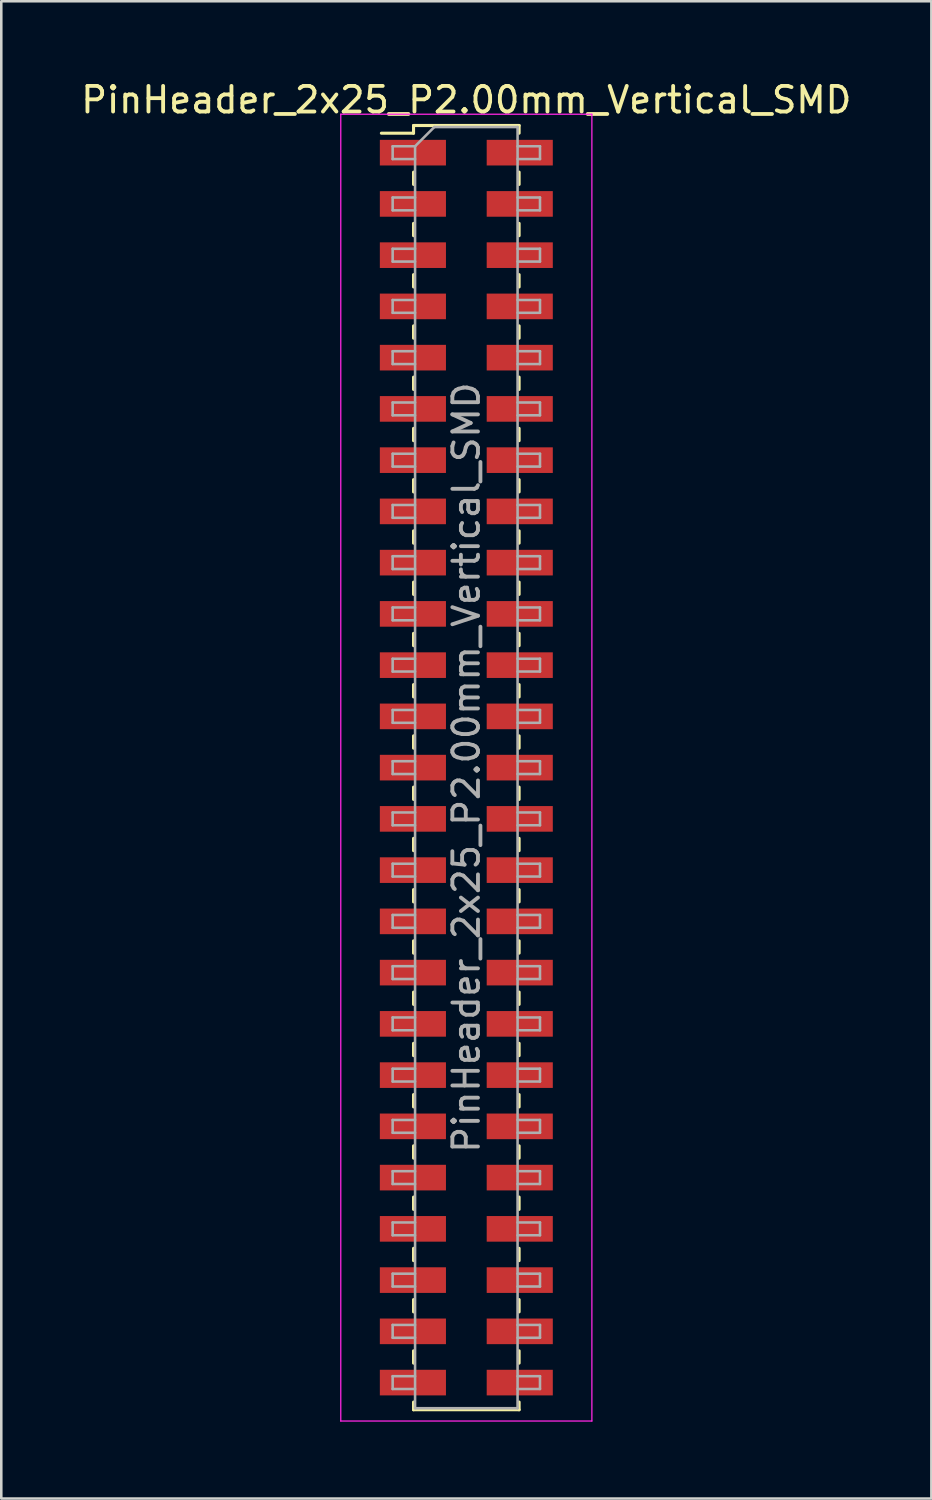
<source format=kicad_pcb>
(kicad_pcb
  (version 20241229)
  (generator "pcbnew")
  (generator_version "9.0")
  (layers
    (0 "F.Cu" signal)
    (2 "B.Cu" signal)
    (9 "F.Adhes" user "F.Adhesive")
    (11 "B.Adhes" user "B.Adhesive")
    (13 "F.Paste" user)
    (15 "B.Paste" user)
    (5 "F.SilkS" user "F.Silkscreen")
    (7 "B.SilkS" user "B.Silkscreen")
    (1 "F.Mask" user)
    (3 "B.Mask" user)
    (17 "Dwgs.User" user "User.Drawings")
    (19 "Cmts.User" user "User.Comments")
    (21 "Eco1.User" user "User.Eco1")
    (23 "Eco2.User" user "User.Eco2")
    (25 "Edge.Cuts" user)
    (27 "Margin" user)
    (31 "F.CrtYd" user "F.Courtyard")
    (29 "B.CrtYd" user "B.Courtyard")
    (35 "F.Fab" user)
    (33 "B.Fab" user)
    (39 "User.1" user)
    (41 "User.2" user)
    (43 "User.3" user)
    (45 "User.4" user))
  (footprint "PinHeader_2x25_P2.00mm_Vertical_SMD"
    (layer "F.Cu")
    (at 15.149 26.908)
    (property "Reference" "PinHeader_2x25_P2.00mm_Vertical_SMD" (at 0 -26.06 0) (layer "F.SilkS") (effects (font (size 1 1) (thickness 0.15))))
    (attr smd)
    (fp_line (start -3.315 -24.76) (end -2.06 -24.76) (stroke (width 0.12) (type solid)) (layer "F.SilkS"))
    (fp_line (start -2.06 -25.06) (end -2.06 -24.76) (stroke (width 0.12) (type solid)) (layer "F.SilkS"))
    (fp_line (start -2.06 -25.06) (end 2.06 -25.06) (stroke (width 0.12) (type solid)) (layer "F.SilkS"))
    (fp_line (start -2.06 -23.24) (end -2.06 -22.76) (stroke (width 0.12) (type solid)) (layer "F.SilkS"))
    (fp_line (start -2.06 -21.24) (end -2.06 -20.76) (stroke (width 0.12) (type solid)) (layer "F.SilkS"))
    (fp_line (start -2.06 -19.24) (end -2.06 -18.76) (stroke (width 0.12) (type solid)) (layer "F.SilkS"))
    (fp_line (start -2.06 -17.24) (end -2.06 -16.76) (stroke (width 0.12) (type solid)) (layer "F.SilkS"))
    (fp_line (start -2.06 -15.24) (end -2.06 -14.76) (stroke (width 0.12) (type solid)) (layer "F.SilkS"))
    (fp_line (start -2.06 -13.24) (end -2.06 -12.76) (stroke (width 0.12) (type solid)) (layer "F.SilkS"))
    (fp_line (start -2.06 -11.24) (end -2.06 -10.76) (stroke (width 0.12) (type solid)) (layer "F.SilkS"))
    (fp_line (start -2.06 -9.24) (end -2.06 -8.76) (stroke (width 0.12) (type solid)) (layer "F.SilkS"))
    (fp_line (start -2.06 -7.24) (end -2.06 -6.76) (stroke (width 0.12) (type solid)) (layer "F.SilkS"))
    (fp_line (start -2.06 -5.24) (end -2.06 -4.76) (stroke (width 0.12) (type solid)) (layer "F.SilkS"))
    (fp_line (start -2.06 -3.24) (end -2.06 -2.76) (stroke (width 0.12) (type solid)) (layer "F.SilkS"))
    (fp_line (start -2.06 -1.24) (end -2.06 -0.76) (stroke (width 0.12) (type solid)) (layer "F.SilkS"))
    (fp_line (start -2.06 0.76) (end -2.06 1.24) (stroke (width 0.12) (type solid)) (layer "F.SilkS"))
    (fp_line (start -2.06 2.76) (end -2.06 3.24) (stroke (width 0.12) (type solid)) (layer "F.SilkS"))
    (fp_line (start -2.06 4.76) (end -2.06 5.24) (stroke (width 0.12) (type solid)) (layer "F.SilkS"))
    (fp_line (start -2.06 6.76) (end -2.06 7.24) (stroke (width 0.12) (type solid)) (layer "F.SilkS"))
    (fp_line (start -2.06 8.76) (end -2.06 9.24) (stroke (width 0.12) (type solid)) (layer "F.SilkS"))
    (fp_line (start -2.06 10.76) (end -2.06 11.24) (stroke (width 0.12) (type solid)) (layer "F.SilkS"))
    (fp_line (start -2.06 12.76) (end -2.06 13.24) (stroke (width 0.12) (type solid)) (layer "F.SilkS"))
    (fp_line (start -2.06 14.76) (end -2.06 15.24) (stroke (width 0.12) (type solid)) (layer "F.SilkS"))
    (fp_line (start -2.06 16.76) (end -2.06 17.24) (stroke (width 0.12) (type solid)) (layer "F.SilkS"))
    (fp_line (start -2.06 18.76) (end -2.06 19.24) (stroke (width 0.12) (type solid)) (layer "F.SilkS"))
    (fp_line (start -2.06 20.76) (end -2.06 21.24) (stroke (width 0.12) (type solid)) (layer "F.SilkS"))
    (fp_line (start -2.06 22.76) (end -2.06 23.24) (stroke (width 0.12) (type solid)) (layer "F.SilkS"))
    (fp_line (start -2.06 24.76) (end -2.06 25.06) (stroke (width 0.12) (type solid)) (layer "F.SilkS"))
    (fp_line (start -2.06 25.06) (end 2.06 25.06) (stroke (width 0.12) (type solid)) (layer "F.SilkS"))
    (fp_line (start 2.06 -25.06) (end 2.06 -24.76) (stroke (width 0.12) (type solid)) (layer "F.SilkS"))
    (fp_line (start 2.06 -23.24) (end 2.06 -22.76) (stroke (width 0.12) (type solid)) (layer "F.SilkS"))
    (fp_line (start 2.06 -21.24) (end 2.06 -20.76) (stroke (width 0.12) (type solid)) (layer "F.SilkS"))
    (fp_line (start 2.06 -19.24) (end 2.06 -18.76) (stroke (width 0.12) (type solid)) (layer "F.SilkS"))
    (fp_line (start 2.06 -17.24) (end 2.06 -16.76) (stroke (width 0.12) (type solid)) (layer "F.SilkS"))
    (fp_line (start 2.06 -15.24) (end 2.06 -14.76) (stroke (width 0.12) (type solid)) (layer "F.SilkS"))
    (fp_line (start 2.06 -13.24) (end 2.06 -12.76) (stroke (width 0.12) (type solid)) (layer "F.SilkS"))
    (fp_line (start 2.06 -11.24) (end 2.06 -10.76) (stroke (width 0.12) (type solid)) (layer "F.SilkS"))
    (fp_line (start 2.06 -9.24) (end 2.06 -8.76) (stroke (width 0.12) (type solid)) (layer "F.SilkS"))
    (fp_line (start 2.06 -7.24) (end 2.06 -6.76) (stroke (width 0.12) (type solid)) (layer "F.SilkS"))
    (fp_line (start 2.06 -5.24) (end 2.06 -4.76) (stroke (width 0.12) (type solid)) (layer "F.SilkS"))
    (fp_line (start 2.06 -3.24) (end 2.06 -2.76) (stroke (width 0.12) (type solid)) (layer "F.SilkS"))
    (fp_line (start 2.06 -1.24) (end 2.06 -0.76) (stroke (width 0.12) (type solid)) (layer "F.SilkS"))
    (fp_line (start 2.06 0.76) (end 2.06 1.24) (stroke (width 0.12) (type solid)) (layer "F.SilkS"))
    (fp_line (start 2.06 2.76) (end 2.06 3.24) (stroke (width 0.12) (type solid)) (layer "F.SilkS"))
    (fp_line (start 2.06 4.76) (end 2.06 5.24) (stroke (width 0.12) (type solid)) (layer "F.SilkS"))
    (fp_line (start 2.06 6.76) (end 2.06 7.24) (stroke (width 0.12) (type solid)) (layer "F.SilkS"))
    (fp_line (start 2.06 8.76) (end 2.06 9.24) (stroke (width 0.12) (type solid)) (layer "F.SilkS"))
    (fp_line (start 2.06 10.76) (end 2.06 11.24) (stroke (width 0.12) (type solid)) (layer "F.SilkS"))
    (fp_line (start 2.06 12.76) (end 2.06 13.24) (stroke (width 0.12) (type solid)) (layer "F.SilkS"))
    (fp_line (start 2.06 14.76) (end 2.06 15.24) (stroke (width 0.12) (type solid)) (layer "F.SilkS"))
    (fp_line (start 2.06 16.76) (end 2.06 17.24) (stroke (width 0.12) (type solid)) (layer "F.SilkS"))
    (fp_line (start 2.06 18.76) (end 2.06 19.24) (stroke (width 0.12) (type solid)) (layer "F.SilkS"))
    (fp_line (start 2.06 20.76) (end 2.06 21.24) (stroke (width 0.12) (type solid)) (layer "F.SilkS"))
    (fp_line (start 2.06 22.76) (end 2.06 23.24) (stroke (width 0.12) (type solid)) (layer "F.SilkS"))
    (fp_line (start 2.06 24.76) (end 2.06 25.06) (stroke (width 0.12) (type solid)) (layer "F.SilkS"))
    (fp_line (start -4.9 -25.5) (end -4.9 25.5) (stroke (width 0.05) (type solid)) (layer "F.CrtYd"))
    (fp_line (start -4.9 25.5) (end 4.9 25.5) (stroke (width 0.05) (type solid)) (layer "F.CrtYd"))
    (fp_line (start 4.9 -25.5) (end -4.9 -25.5) (stroke (width 0.05) (type solid)) (layer "F.CrtYd"))
    (fp_line (start 4.9 25.5) (end 4.9 -25.5) (stroke (width 0.05) (type solid)) (layer "F.CrtYd"))
    (fp_line (start -2.875 -24.25) (end -2.875 -23.75) (stroke (width 0.1) (type solid)) (layer "F.Fab"))
    (fp_line (start -2.875 -23.75) (end -2 -23.75) (stroke (width 0.1) (type solid)) (layer "F.Fab"))
    (fp_line (start -2.875 -22.25) (end -2.875 -21.75) (stroke (width 0.1) (type solid)) (layer "F.Fab"))
    (fp_line (start -2.875 -21.75) (end -2 -21.75) (stroke (width 0.1) (type solid)) (layer "F.Fab"))
    (fp_line (start -2.875 -20.25) (end -2.875 -19.75) (stroke (width 0.1) (type solid)) (layer "F.Fab"))
    (fp_line (start -2.875 -19.75) (end -2 -19.75) (stroke (width 0.1) (type solid)) (layer "F.Fab"))
    (fp_line (start -2.875 -18.25) (end -2.875 -17.75) (stroke (width 0.1) (type solid)) (layer "F.Fab"))
    (fp_line (start -2.875 -17.75) (end -2 -17.75) (stroke (width 0.1) (type solid)) (layer "F.Fab"))
    (fp_line (start -2.875 -16.25) (end -2.875 -15.75) (stroke (width 0.1) (type solid)) (layer "F.Fab"))
    (fp_line (start -2.875 -15.75) (end -2 -15.75) (stroke (width 0.1) (type solid)) (layer "F.Fab"))
    (fp_line (start -2.875 -14.25) (end -2.875 -13.75) (stroke (width 0.1) (type solid)) (layer "F.Fab"))
    (fp_line (start -2.875 -13.75) (end -2 -13.75) (stroke (width 0.1) (type solid)) (layer "F.Fab"))
    (fp_line (start -2.875 -12.25) (end -2.875 -11.75) (stroke (width 0.1) (type solid)) (layer "F.Fab"))
    (fp_line (start -2.875 -11.75) (end -2 -11.75) (stroke (width 0.1) (type solid)) (layer "F.Fab"))
    (fp_line (start -2.875 -10.25) (end -2.875 -9.75) (stroke (width 0.1) (type solid)) (layer "F.Fab"))
    (fp_line (start -2.875 -9.75) (end -2 -9.75) (stroke (width 0.1) (type solid)) (layer "F.Fab"))
    (fp_line (start -2.875 -8.25) (end -2.875 -7.75) (stroke (width 0.1) (type solid)) (layer "F.Fab"))
    (fp_line (start -2.875 -7.75) (end -2 -7.75) (stroke (width 0.1) (type solid)) (layer "F.Fab"))
    (fp_line (start -2.875 -6.25) (end -2.875 -5.75) (stroke (width 0.1) (type solid)) (layer "F.Fab"))
    (fp_line (start -2.875 -5.75) (end -2 -5.75) (stroke (width 0.1) (type solid)) (layer "F.Fab"))
    (fp_line (start -2.875 -4.25) (end -2.875 -3.75) (stroke (width 0.1) (type solid)) (layer "F.Fab"))
    (fp_line (start -2.875 -3.75) (end -2 -3.75) (stroke (width 0.1) (type solid)) (layer "F.Fab"))
    (fp_line (start -2.875 -2.25) (end -2.875 -1.75) (stroke (width 0.1) (type solid)) (layer "F.Fab"))
    (fp_line (start -2.875 -1.75) (end -2 -1.75) (stroke (width 0.1) (type solid)) (layer "F.Fab"))
    (fp_line (start -2.875 -0.25) (end -2.875 0.25) (stroke (width 0.1) (type solid)) (layer "F.Fab"))
    (fp_line (start -2.875 0.25) (end -2 0.25) (stroke (width 0.1) (type solid)) (layer "F.Fab"))
    (fp_line (start -2.875 1.75) (end -2.875 2.25) (stroke (width 0.1) (type solid)) (layer "F.Fab"))
    (fp_line (start -2.875 2.25) (end -2 2.25) (stroke (width 0.1) (type solid)) (layer "F.Fab"))
    (fp_line (start -2.875 3.75) (end -2.875 4.25) (stroke (width 0.1) (type solid)) (layer "F.Fab"))
    (fp_line (start -2.875 4.25) (end -2 4.25) (stroke (width 0.1) (type solid)) (layer "F.Fab"))
    (fp_line (start -2.875 5.75) (end -2.875 6.25) (stroke (width 0.1) (type solid)) (layer "F.Fab"))
    (fp_line (start -2.875 6.25) (end -2 6.25) (stroke (width 0.1) (type solid)) (layer "F.Fab"))
    (fp_line (start -2.875 7.75) (end -2.875 8.25) (stroke (width 0.1) (type solid)) (layer "F.Fab"))
    (fp_line (start -2.875 8.25) (end -2 8.25) (stroke (width 0.1) (type solid)) (layer "F.Fab"))
    (fp_line (start -2.875 9.75) (end -2.875 10.25) (stroke (width 0.1) (type solid)) (layer "F.Fab"))
    (fp_line (start -2.875 10.25) (end -2 10.25) (stroke (width 0.1) (type solid)) (layer "F.Fab"))
    (fp_line (start -2.875 11.75) (end -2.875 12.25) (stroke (width 0.1) (type solid)) (layer "F.Fab"))
    (fp_line (start -2.875 12.25) (end -2 12.25) (stroke (width 0.1) (type solid)) (layer "F.Fab"))
    (fp_line (start -2.875 13.75) (end -2.875 14.25) (stroke (width 0.1) (type solid)) (layer "F.Fab"))
    (fp_line (start -2.875 14.25) (end -2 14.25) (stroke (width 0.1) (type solid)) (layer "F.Fab"))
    (fp_line (start -2.875 15.75) (end -2.875 16.25) (stroke (width 0.1) (type solid)) (layer "F.Fab"))
    (fp_line (start -2.875 16.25) (end -2 16.25) (stroke (width 0.1) (type solid)) (layer "F.Fab"))
    (fp_line (start -2.875 17.75) (end -2.875 18.25) (stroke (width 0.1) (type solid)) (layer "F.Fab"))
    (fp_line (start -2.875 18.25) (end -2 18.25) (stroke (width 0.1) (type solid)) (layer "F.Fab"))
    (fp_line (start -2.875 19.75) (end -2.875 20.25) (stroke (width 0.1) (type solid)) (layer "F.Fab"))
    (fp_line (start -2.875 20.25) (end -2 20.25) (stroke (width 0.1) (type solid)) (layer "F.Fab"))
    (fp_line (start -2.875 21.75) (end -2.875 22.25) (stroke (width 0.1) (type solid)) (layer "F.Fab"))
    (fp_line (start -2.875 22.25) (end -2 22.25) (stroke (width 0.1) (type solid)) (layer "F.Fab"))
    (fp_line (start -2.875 23.75) (end -2.875 24.25) (stroke (width 0.1) (type solid)) (layer "F.Fab"))
    (fp_line (start -2.875 24.25) (end -2 24.25) (stroke (width 0.1) (type solid)) (layer "F.Fab"))
    (fp_line (start -2 -24.25) (end -2.875 -24.25) (stroke (width 0.1) (type solid)) (layer "F.Fab"))
    (fp_line (start -2 -24.25) (end -1.25 -25) (stroke (width 0.1) (type solid)) (layer "F.Fab"))
    (fp_line (start -2 -22.25) (end -2.875 -22.25) (stroke (width 0.1) (type solid)) (layer "F.Fab"))
    (fp_line (start -2 -20.25) (end -2.875 -20.25) (stroke (width 0.1) (type solid)) (layer "F.Fab"))
    (fp_line (start -2 -18.25) (end -2.875 -18.25) (stroke (width 0.1) (type solid)) (layer "F.Fab"))
    (fp_line (start -2 -16.25) (end -2.875 -16.25) (stroke (width 0.1) (type solid)) (layer "F.Fab"))
    (fp_line (start -2 -14.25) (end -2.875 -14.25) (stroke (width 0.1) (type solid)) (layer "F.Fab"))
    (fp_line (start -2 -12.25) (end -2.875 -12.25) (stroke (width 0.1) (type solid)) (layer "F.Fab"))
    (fp_line (start -2 -10.25) (end -2.875 -10.25) (stroke (width 0.1) (type solid)) (layer "F.Fab"))
    (fp_line (start -2 -8.25) (end -2.875 -8.25) (stroke (width 0.1) (type solid)) (layer "F.Fab"))
    (fp_line (start -2 -6.25) (end -2.875 -6.25) (stroke (width 0.1) (type solid)) (layer "F.Fab"))
    (fp_line (start -2 -4.25) (end -2.875 -4.25) (stroke (width 0.1) (type solid)) (layer "F.Fab"))
    (fp_line (start -2 -2.25) (end -2.875 -2.25) (stroke (width 0.1) (type solid)) (layer "F.Fab"))
    (fp_line (start -2 -0.25) (end -2.875 -0.25) (stroke (width 0.1) (type solid)) (layer "F.Fab"))
    (fp_line (start -2 1.75) (end -2.875 1.75) (stroke (width 0.1) (type solid)) (layer "F.Fab"))
    (fp_line (start -2 3.75) (end -2.875 3.75) (stroke (width 0.1) (type solid)) (layer "F.Fab"))
    (fp_line (start -2 5.75) (end -2.875 5.75) (stroke (width 0.1) (type solid)) (layer "F.Fab"))
    (fp_line (start -2 7.75) (end -2.875 7.75) (stroke (width 0.1) (type solid)) (layer "F.Fab"))
    (fp_line (start -2 9.75) (end -2.875 9.75) (stroke (width 0.1) (type solid)) (layer "F.Fab"))
    (fp_line (start -2 11.75) (end -2.875 11.75) (stroke (width 0.1) (type solid)) (layer "F.Fab"))
    (fp_line (start -2 13.75) (end -2.875 13.75) (stroke (width 0.1) (type solid)) (layer "F.Fab"))
    (fp_line (start -2 15.75) (end -2.875 15.75) (stroke (width 0.1) (type solid)) (layer "F.Fab"))
    (fp_line (start -2 17.75) (end -2.875 17.75) (stroke (width 0.1) (type solid)) (layer "F.Fab"))
    (fp_line (start -2 19.75) (end -2.875 19.75) (stroke (width 0.1) (type solid)) (layer "F.Fab"))
    (fp_line (start -2 21.75) (end -2.875 21.75) (stroke (width 0.1) (type solid)) (layer "F.Fab"))
    (fp_line (start -2 23.75) (end -2.875 23.75) (stroke (width 0.1) (type solid)) (layer "F.Fab"))
    (fp_line (start -2 25) (end -2 -24.25) (stroke (width 0.1) (type solid)) (layer "F.Fab"))
    (fp_line (start -1.25 -25) (end 2 -25) (stroke (width 0.1) (type solid)) (layer "F.Fab"))
    (fp_line (start 2 -25) (end 2 25) (stroke (width 0.1) (type solid)) (layer "F.Fab"))
    (fp_line (start 2 -24.25) (end 2.875 -24.25) (stroke (width 0.1) (type solid)) (layer "F.Fab"))
    (fp_line (start 2 -22.25) (end 2.875 -22.25) (stroke (width 0.1) (type solid)) (layer "F.Fab"))
    (fp_line (start 2 -20.25) (end 2.875 -20.25) (stroke (width 0.1) (type solid)) (layer "F.Fab"))
    (fp_line (start 2 -18.25) (end 2.875 -18.25) (stroke (width 0.1) (type solid)) (layer "F.Fab"))
    (fp_line (start 2 -16.25) (end 2.875 -16.25) (stroke (width 0.1) (type solid)) (layer "F.Fab"))
    (fp_line (start 2 -14.25) (end 2.875 -14.25) (stroke (width 0.1) (type solid)) (layer "F.Fab"))
    (fp_line (start 2 -12.25) (end 2.875 -12.25) (stroke (width 0.1) (type solid)) (layer "F.Fab"))
    (fp_line (start 2 -10.25) (end 2.875 -10.25) (stroke (width 0.1) (type solid)) (layer "F.Fab"))
    (fp_line (start 2 -8.25) (end 2.875 -8.25) (stroke (width 0.1) (type solid)) (layer "F.Fab"))
    (fp_line (start 2 -6.25) (end 2.875 -6.25) (stroke (width 0.1) (type solid)) (layer "F.Fab"))
    (fp_line (start 2 -4.25) (end 2.875 -4.25) (stroke (width 0.1) (type solid)) (layer "F.Fab"))
    (fp_line (start 2 -2.25) (end 2.875 -2.25) (stroke (width 0.1) (type solid)) (layer "F.Fab"))
    (fp_line (start 2 -0.25) (end 2.875 -0.25) (stroke (width 0.1) (type solid)) (layer "F.Fab"))
    (fp_line (start 2 1.75) (end 2.875 1.75) (stroke (width 0.1) (type solid)) (layer "F.Fab"))
    (fp_line (start 2 3.75) (end 2.875 3.75) (stroke (width 0.1) (type solid)) (layer "F.Fab"))
    (fp_line (start 2 5.75) (end 2.875 5.75) (stroke (width 0.1) (type solid)) (layer "F.Fab"))
    (fp_line (start 2 7.75) (end 2.875 7.75) (stroke (width 0.1) (type solid)) (layer "F.Fab"))
    (fp_line (start 2 9.75) (end 2.875 9.75) (stroke (width 0.1) (type solid)) (layer "F.Fab"))
    (fp_line (start 2 11.75) (end 2.875 11.75) (stroke (width 0.1) (type solid)) (layer "F.Fab"))
    (fp_line (start 2 13.75) (end 2.875 13.75) (stroke (width 0.1) (type solid)) (layer "F.Fab"))
    (fp_line (start 2 15.75) (end 2.875 15.75) (stroke (width 0.1) (type solid)) (layer "F.Fab"))
    (fp_line (start 2 17.75) (end 2.875 17.75) (stroke (width 0.1) (type solid)) (layer "F.Fab"))
    (fp_line (start 2 19.75) (end 2.875 19.75) (stroke (width 0.1) (type solid)) (layer "F.Fab"))
    (fp_line (start 2 21.75) (end 2.875 21.75) (stroke (width 0.1) (type solid)) (layer "F.Fab"))
    (fp_line (start 2 23.75) (end 2.875 23.75) (stroke (width 0.1) (type solid)) (layer "F.Fab"))
    (fp_line (start 2 25) (end -2 25) (stroke (width 0.1) (type solid)) (layer "F.Fab"))
    (fp_line (start 2.875 -24.25) (end 2.875 -23.75) (stroke (width 0.1) (type solid)) (layer "F.Fab"))
    (fp_line (start 2.875 -23.75) (end 2 -23.75) (stroke (width 0.1) (type solid)) (layer "F.Fab"))
    (fp_line (start 2.875 -22.25) (end 2.875 -21.75) (stroke (width 0.1) (type solid)) (layer "F.Fab"))
    (fp_line (start 2.875 -21.75) (end 2 -21.75) (stroke (width 0.1) (type solid)) (layer "F.Fab"))
    (fp_line (start 2.875 -20.25) (end 2.875 -19.75) (stroke (width 0.1) (type solid)) (layer "F.Fab"))
    (fp_line (start 2.875 -19.75) (end 2 -19.75) (stroke (width 0.1) (type solid)) (layer "F.Fab"))
    (fp_line (start 2.875 -18.25) (end 2.875 -17.75) (stroke (width 0.1) (type solid)) (layer "F.Fab"))
    (fp_line (start 2.875 -17.75) (end 2 -17.75) (stroke (width 0.1) (type solid)) (layer "F.Fab"))
    (fp_line (start 2.875 -16.25) (end 2.875 -15.75) (stroke (width 0.1) (type solid)) (layer "F.Fab"))
    (fp_line (start 2.875 -15.75) (end 2 -15.75) (stroke (width 0.1) (type solid)) (layer "F.Fab"))
    (fp_line (start 2.875 -14.25) (end 2.875 -13.75) (stroke (width 0.1) (type solid)) (layer "F.Fab"))
    (fp_line (start 2.875 -13.75) (end 2 -13.75) (stroke (width 0.1) (type solid)) (layer "F.Fab"))
    (fp_line (start 2.875 -12.25) (end 2.875 -11.75) (stroke (width 0.1) (type solid)) (layer "F.Fab"))
    (fp_line (start 2.875 -11.75) (end 2 -11.75) (stroke (width 0.1) (type solid)) (layer "F.Fab"))
    (fp_line (start 2.875 -10.25) (end 2.875 -9.75) (stroke (width 0.1) (type solid)) (layer "F.Fab"))
    (fp_line (start 2.875 -9.75) (end 2 -9.75) (stroke (width 0.1) (type solid)) (layer "F.Fab"))
    (fp_line (start 2.875 -8.25) (end 2.875 -7.75) (stroke (width 0.1) (type solid)) (layer "F.Fab"))
    (fp_line (start 2.875 -7.75) (end 2 -7.75) (stroke (width 0.1) (type solid)) (layer "F.Fab"))
    (fp_line (start 2.875 -6.25) (end 2.875 -5.75) (stroke (width 0.1) (type solid)) (layer "F.Fab"))
    (fp_line (start 2.875 -5.75) (end 2 -5.75) (stroke (width 0.1) (type solid)) (layer "F.Fab"))
    (fp_line (start 2.875 -4.25) (end 2.875 -3.75) (stroke (width 0.1) (type solid)) (layer "F.Fab"))
    (fp_line (start 2.875 -3.75) (end 2 -3.75) (stroke (width 0.1) (type solid)) (layer "F.Fab"))
    (fp_line (start 2.875 -2.25) (end 2.875 -1.75) (stroke (width 0.1) (type solid)) (layer "F.Fab"))
    (fp_line (start 2.875 -1.75) (end 2 -1.75) (stroke (width 0.1) (type solid)) (layer "F.Fab"))
    (fp_line (start 2.875 -0.25) (end 2.875 0.25) (stroke (width 0.1) (type solid)) (layer "F.Fab"))
    (fp_line (start 2.875 0.25) (end 2 0.25) (stroke (width 0.1) (type solid)) (layer "F.Fab"))
    (fp_line (start 2.875 1.75) (end 2.875 2.25) (stroke (width 0.1) (type solid)) (layer "F.Fab"))
    (fp_line (start 2.875 2.25) (end 2 2.25) (stroke (width 0.1) (type solid)) (layer "F.Fab"))
    (fp_line (start 2.875 3.75) (end 2.875 4.25) (stroke (width 0.1) (type solid)) (layer "F.Fab"))
    (fp_line (start 2.875 4.25) (end 2 4.25) (stroke (width 0.1) (type solid)) (layer "F.Fab"))
    (fp_line (start 2.875 5.75) (end 2.875 6.25) (stroke (width 0.1) (type solid)) (layer "F.Fab"))
    (fp_line (start 2.875 6.25) (end 2 6.25) (stroke (width 0.1) (type solid)) (layer "F.Fab"))
    (fp_line (start 2.875 7.75) (end 2.875 8.25) (stroke (width 0.1) (type solid)) (layer "F.Fab"))
    (fp_line (start 2.875 8.25) (end 2 8.25) (stroke (width 0.1) (type solid)) (layer "F.Fab"))
    (fp_line (start 2.875 9.75) (end 2.875 10.25) (stroke (width 0.1) (type solid)) (layer "F.Fab"))
    (fp_line (start 2.875 10.25) (end 2 10.25) (stroke (width 0.1) (type solid)) (layer "F.Fab"))
    (fp_line (start 2.875 11.75) (end 2.875 12.25) (stroke (width 0.1) (type solid)) (layer "F.Fab"))
    (fp_line (start 2.875 12.25) (end 2 12.25) (stroke (width 0.1) (type solid)) (layer "F.Fab"))
    (fp_line (start 2.875 13.75) (end 2.875 14.25) (stroke (width 0.1) (type solid)) (layer "F.Fab"))
    (fp_line (start 2.875 14.25) (end 2 14.25) (stroke (width 0.1) (type solid)) (layer "F.Fab"))
    (fp_line (start 2.875 15.75) (end 2.875 16.25) (stroke (width 0.1) (type solid)) (layer "F.Fab"))
    (fp_line (start 2.875 16.25) (end 2 16.25) (stroke (width 0.1) (type solid)) (layer "F.Fab"))
    (fp_line (start 2.875 17.75) (end 2.875 18.25) (stroke (width 0.1) (type solid)) (layer "F.Fab"))
    (fp_line (start 2.875 18.25) (end 2 18.25) (stroke (width 0.1) (type solid)) (layer "F.Fab"))
    (fp_line (start 2.875 19.75) (end 2.875 20.25) (stroke (width 0.1) (type solid)) (layer "F.Fab"))
    (fp_line (start 2.875 20.25) (end 2 20.25) (stroke (width 0.1) (type solid)) (layer "F.Fab"))
    (fp_line (start 2.875 21.75) (end 2.875 22.25) (stroke (width 0.1) (type solid)) (layer "F.Fab"))
    (fp_line (start 2.875 22.25) (end 2 22.25) (stroke (width 0.1) (type solid)) (layer "F.Fab"))
    (fp_line (start 2.875 23.75) (end 2.875 24.25) (stroke (width 0.1) (type solid)) (layer "F.Fab"))
    (fp_line (start 2.875 24.25) (end 2 24.25) (stroke (width 0.1) (type solid)) (layer "F.Fab"))
    (fp_text user "${REFERENCE}" (at 0 0 90) (layer "F.Fab") (effects (font (size 1 1) (thickness 0.15))))
    (pad "1" smd rect (at -2.085 -24) (size 2.58 1) (layers "F.Cu" "F.Mask" "F.Paste"))
    (pad "2" smd rect (at 2.085 -24) (size 2.58 1) (layers "F.Cu" "F.Mask" "F.Paste"))
    (pad "3" smd rect (at -2.085 -22) (size 2.58 1) (layers "F.Cu" "F.Mask" "F.Paste"))
    (pad "4" smd rect (at 2.085 -22) (size 2.58 1) (layers "F.Cu" "F.Mask" "F.Paste"))
    (pad "5" smd rect (at -2.085 -20) (size 2.58 1) (layers "F.Cu" "F.Mask" "F.Paste"))
    (pad "6" smd rect (at 2.085 -20) (size 2.58 1) (layers "F.Cu" "F.Mask" "F.Paste"))
    (pad "7" smd rect (at -2.085 -18) (size 2.58 1) (layers "F.Cu" "F.Mask" "F.Paste"))
    (pad "8" smd rect (at 2.085 -18) (size 2.58 1) (layers "F.Cu" "F.Mask" "F.Paste"))
    (pad "9" smd rect (at -2.085 -16) (size 2.58 1) (layers "F.Cu" "F.Mask" "F.Paste"))
    (pad "10" smd rect (at 2.085 -16) (size 2.58 1) (layers "F.Cu" "F.Mask" "F.Paste"))
    (pad "11" smd rect (at -2.085 -14) (size 2.58 1) (layers "F.Cu" "F.Mask" "F.Paste"))
    (pad "12" smd rect (at 2.085 -14) (size 2.58 1) (layers "F.Cu" "F.Mask" "F.Paste"))
    (pad "13" smd rect (at -2.085 -12) (size 2.58 1) (layers "F.Cu" "F.Mask" "F.Paste"))
    (pad "14" smd rect (at 2.085 -12) (size 2.58 1) (layers "F.Cu" "F.Mask" "F.Paste"))
    (pad "15" smd rect (at -2.085 -10) (size 2.58 1) (layers "F.Cu" "F.Mask" "F.Paste"))
    (pad "16" smd rect (at 2.085 -10) (size 2.58 1) (layers "F.Cu" "F.Mask" "F.Paste"))
    (pad "17" smd rect (at -2.085 -8) (size 2.58 1) (layers "F.Cu" "F.Mask" "F.Paste"))
    (pad "18" smd rect (at 2.085 -8) (size 2.58 1) (layers "F.Cu" "F.Mask" "F.Paste"))
    (pad "19" smd rect (at -2.085 -6) (size 2.58 1) (layers "F.Cu" "F.Mask" "F.Paste"))
    (pad "20" smd rect (at 2.085 -6) (size 2.58 1) (layers "F.Cu" "F.Mask" "F.Paste"))
    (pad "21" smd rect (at -2.085 -4) (size 2.58 1) (layers "F.Cu" "F.Mask" "F.Paste"))
    (pad "22" smd rect (at 2.085 -4) (size 2.58 1) (layers "F.Cu" "F.Mask" "F.Paste"))
    (pad "23" smd rect (at -2.085 -2) (size 2.58 1) (layers "F.Cu" "F.Mask" "F.Paste"))
    (pad "24" smd rect (at 2.085 -2) (size 2.58 1) (layers "F.Cu" "F.Mask" "F.Paste"))
    (pad "25" smd rect (at -2.085 0) (size 2.58 1) (layers "F.Cu" "F.Mask" "F.Paste"))
    (pad "26" smd rect (at 2.085 0) (size 2.58 1) (layers "F.Cu" "F.Mask" "F.Paste"))
    (pad "27" smd rect (at -2.085 2) (size 2.58 1) (layers "F.Cu" "F.Mask" "F.Paste"))
    (pad "28" smd rect (at 2.085 2) (size 2.58 1) (layers "F.Cu" "F.Mask" "F.Paste"))
    (pad "29" smd rect (at -2.085 4) (size 2.58 1) (layers "F.Cu" "F.Mask" "F.Paste"))
    (pad "30" smd rect (at 2.085 4) (size 2.58 1) (layers "F.Cu" "F.Mask" "F.Paste"))
    (pad "31" smd rect (at -2.085 6) (size 2.58 1) (layers "F.Cu" "F.Mask" "F.Paste"))
    (pad "32" smd rect (at 2.085 6) (size 2.58 1) (layers "F.Cu" "F.Mask" "F.Paste"))
    (pad "33" smd rect (at -2.085 8) (size 2.58 1) (layers "F.Cu" "F.Mask" "F.Paste"))
    (pad "34" smd rect (at 2.085 8) (size 2.58 1) (layers "F.Cu" "F.Mask" "F.Paste"))
    (pad "35" smd rect (at -2.085 10) (size 2.58 1) (layers "F.Cu" "F.Mask" "F.Paste"))
    (pad "36" smd rect (at 2.085 10) (size 2.58 1) (layers "F.Cu" "F.Mask" "F.Paste"))
    (pad "37" smd rect (at -2.085 12) (size 2.58 1) (layers "F.Cu" "F.Mask" "F.Paste"))
    (pad "38" smd rect (at 2.085 12) (size 2.58 1) (layers "F.Cu" "F.Mask" "F.Paste"))
    (pad "39" smd rect (at -2.085 14) (size 2.58 1) (layers "F.Cu" "F.Mask" "F.Paste"))
    (pad "40" smd rect (at 2.085 14) (size 2.58 1) (layers "F.Cu" "F.Mask" "F.Paste"))
    (pad "41" smd rect (at -2.085 16) (size 2.58 1) (layers "F.Cu" "F.Mask" "F.Paste"))
    (pad "42" smd rect (at 2.085 16) (size 2.58 1) (layers "F.Cu" "F.Mask" "F.Paste"))
    (pad "43" smd rect (at -2.085 18) (size 2.58 1) (layers "F.Cu" "F.Mask" "F.Paste"))
    (pad "44" smd rect (at 2.085 18) (size 2.58 1) (layers "F.Cu" "F.Mask" "F.Paste"))
    (pad "45" smd rect (at -2.085 20) (size 2.58 1) (layers "F.Cu" "F.Mask" "F.Paste"))
    (pad "46" smd rect (at 2.085 20) (size 2.58 1) (layers "F.Cu" "F.Mask" "F.Paste"))
    (pad "47" smd rect (at -2.085 22) (size 2.58 1) (layers "F.Cu" "F.Mask" "F.Paste"))
    (pad "48" smd rect (at 2.085 22) (size 2.58 1) (layers "F.Cu" "F.Mask" "F.Paste"))
    (pad "49" smd rect (at -2.085 24) (size 2.58 1) (layers "F.Cu" "F.Mask" "F.Paste"))
    (pad "50" smd rect (at 2.085 24) (size 2.58 1) (layers "F.Cu" "F.Mask" "F.Paste")))
  (gr_rect
    (start -3 -3)
    (end 33.298 55.433)
    (stroke (width 0.1) (type default))
    (fill no)
    (layer "Edge.Cuts")))
</source>
